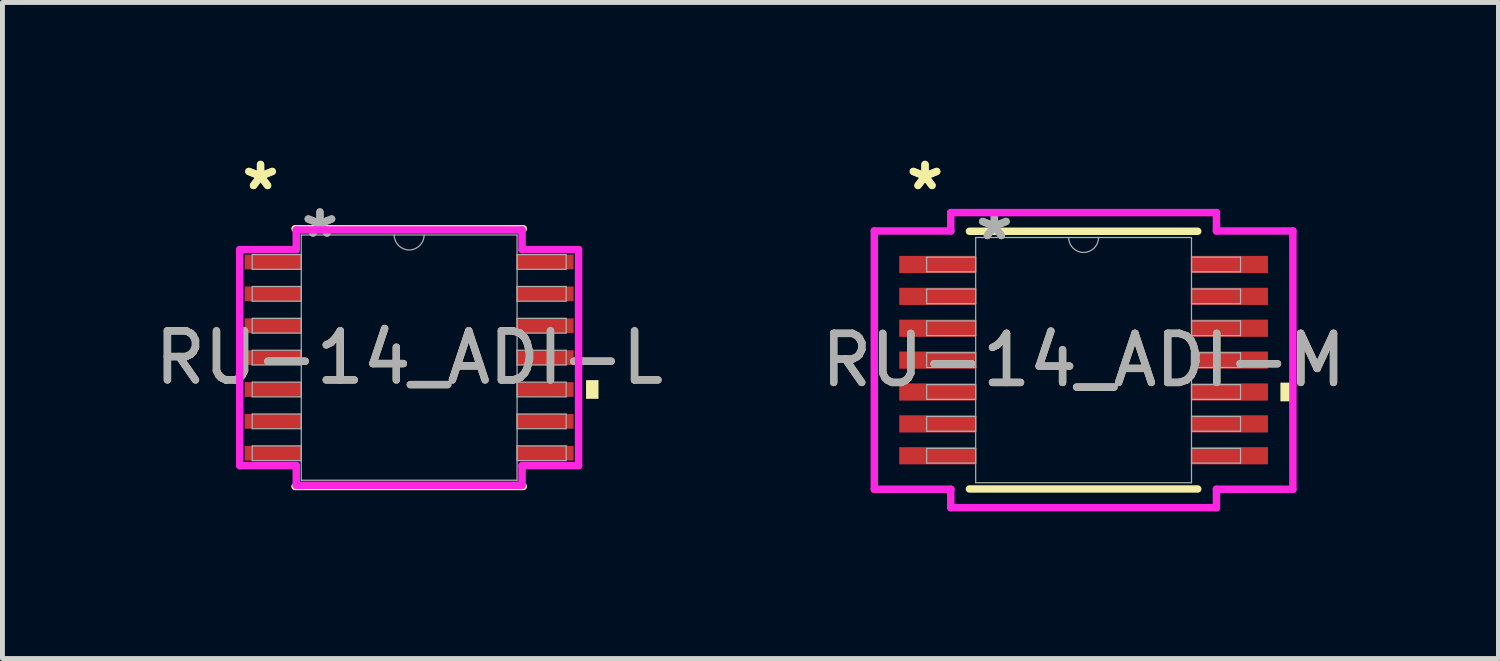
<source format=kicad_pcb>
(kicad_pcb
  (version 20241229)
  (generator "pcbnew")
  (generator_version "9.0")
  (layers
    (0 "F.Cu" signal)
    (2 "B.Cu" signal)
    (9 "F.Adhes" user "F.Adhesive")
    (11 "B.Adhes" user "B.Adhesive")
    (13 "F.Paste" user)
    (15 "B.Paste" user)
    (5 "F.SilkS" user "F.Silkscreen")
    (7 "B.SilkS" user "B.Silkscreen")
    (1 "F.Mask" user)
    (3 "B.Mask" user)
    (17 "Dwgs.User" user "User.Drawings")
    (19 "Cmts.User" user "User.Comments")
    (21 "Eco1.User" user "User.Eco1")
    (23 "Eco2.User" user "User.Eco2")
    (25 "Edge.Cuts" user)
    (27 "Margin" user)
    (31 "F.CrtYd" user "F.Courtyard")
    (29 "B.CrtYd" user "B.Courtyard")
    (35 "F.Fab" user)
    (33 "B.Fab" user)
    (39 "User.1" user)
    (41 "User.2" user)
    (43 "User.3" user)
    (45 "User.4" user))
  (footprint "RU-14_ADI-L"
    (layer "F.Cu")
    (at 5.292 4.241)
    (property "Reference" "RU-14_ADI-L" (at 0 0 0) (unlocked yes) (layer "F.SilkS") (effects (font (size 1 1) (thickness 0.15))))
    (attr smd)
    (fp_line (start -2.327 2.627) (end 2.327 2.627) (stroke (width 0.152) (type solid)) (layer "F.SilkS"))
    (fp_line (start 2.327 -2.627) (end -2.327 -2.627) (stroke (width 0.152) (type solid)) (layer "F.SilkS"))
    (fp_poly (pts (xy 3.86 0.459) (xy 3.86 0.84) (xy 3.606 0.84) (xy 3.606 0.459)) (stroke (width 0) (type solid)) (fill yes) (layer "F.SilkS"))
    (fp_line (start -3.454 -2.202) (end -2.302 -2.202) (stroke (width 0.152) (type solid)) (layer "F.CrtYd"))
    (fp_line (start -3.454 2.202) (end -3.454 -2.202) (stroke (width 0.152) (type solid)) (layer "F.CrtYd"))
    (fp_line (start -3.454 2.202) (end -2.302 2.202) (stroke (width 0.152) (type solid)) (layer "F.CrtYd"))
    (fp_line (start -2.302 -2.602) (end 2.302 -2.602) (stroke (width 0.152) (type solid)) (layer "F.CrtYd"))
    (fp_line (start -2.302 -2.202) (end -2.302 -2.602) (stroke (width 0.152) (type solid)) (layer "F.CrtYd"))
    (fp_line (start -2.302 2.602) (end -2.302 2.202) (stroke (width 0.152) (type solid)) (layer "F.CrtYd"))
    (fp_line (start 2.302 -2.602) (end 2.302 -2.202) (stroke (width 0.152) (type solid)) (layer "F.CrtYd"))
    (fp_line (start 2.302 2.202) (end 2.302 2.602) (stroke (width 0.152) (type solid)) (layer "F.CrtYd"))
    (fp_line (start 2.302 2.602) (end -2.302 2.602) (stroke (width 0.152) (type solid)) (layer "F.CrtYd"))
    (fp_line (start 3.454 -2.202) (end 2.302 -2.202) (stroke (width 0.152) (type solid)) (layer "F.CrtYd"))
    (fp_line (start 3.454 -2.202) (end 3.454 2.202) (stroke (width 0.152) (type solid)) (layer "F.CrtYd"))
    (fp_line (start 3.454 2.202) (end 2.302 2.202) (stroke (width 0.152) (type solid)) (layer "F.CrtYd"))
    (fp_line (start -3.2 -2.1) (end -3.2 -1.8) (stroke (width 0.025) (type solid)) (layer "F.Fab"))
    (fp_line (start -3.2 -1.8) (end -2.2 -1.8) (stroke (width 0.025) (type solid)) (layer "F.Fab"))
    (fp_line (start -3.2 -1.45) (end -3.2 -1.15) (stroke (width 0.025) (type solid)) (layer "F.Fab"))
    (fp_line (start -3.2 -1.15) (end -2.2 -1.15) (stroke (width 0.025) (type solid)) (layer "F.Fab"))
    (fp_line (start -3.2 -0.8) (end -3.2 -0.5) (stroke (width 0.025) (type solid)) (layer "F.Fab"))
    (fp_line (start -3.2 -0.5) (end -2.2 -0.5) (stroke (width 0.025) (type solid)) (layer "F.Fab"))
    (fp_line (start -3.2 -0.15) (end -3.2 0.15) (stroke (width 0.025) (type solid)) (layer "F.Fab"))
    (fp_line (start -3.2 0.15) (end -2.2 0.15) (stroke (width 0.025) (type solid)) (layer "F.Fab"))
    (fp_line (start -3.2 0.5) (end -3.2 0.8) (stroke (width 0.025) (type solid)) (layer "F.Fab"))
    (fp_line (start -3.2 0.8) (end -2.2 0.8) (stroke (width 0.025) (type solid)) (layer "F.Fab"))
    (fp_line (start -3.2 1.15) (end -3.2 1.45) (stroke (width 0.025) (type solid)) (layer "F.Fab"))
    (fp_line (start -3.2 1.45) (end -2.2 1.45) (stroke (width 0.025) (type solid)) (layer "F.Fab"))
    (fp_line (start -3.2 1.8) (end -3.2 2.1) (stroke (width 0.025) (type solid)) (layer "F.Fab"))
    (fp_line (start -3.2 2.1) (end -2.2 2.1) (stroke (width 0.025) (type solid)) (layer "F.Fab"))
    (fp_line (start -2.2 -2.5) (end -2.2 2.5) (stroke (width 0.025) (type solid)) (layer "F.Fab"))
    (fp_line (start -2.2 -2.1) (end -3.2 -2.1) (stroke (width 0.025) (type solid)) (layer "F.Fab"))
    (fp_line (start -2.2 -1.8) (end -2.2 -2.1) (stroke (width 0.025) (type solid)) (layer "F.Fab"))
    (fp_line (start -2.2 -1.45) (end -3.2 -1.45) (stroke (width 0.025) (type solid)) (layer "F.Fab"))
    (fp_line (start -2.2 -1.15) (end -2.2 -1.45) (stroke (width 0.025) (type solid)) (layer "F.Fab"))
    (fp_line (start -2.2 -0.8) (end -3.2 -0.8) (stroke (width 0.025) (type solid)) (layer "F.Fab"))
    (fp_line (start -2.2 -0.5) (end -2.2 -0.8) (stroke (width 0.025) (type solid)) (layer "F.Fab"))
    (fp_line (start -2.2 -0.15) (end -3.2 -0.15) (stroke (width 0.025) (type solid)) (layer "F.Fab"))
    (fp_line (start -2.2 0.15) (end -2.2 -0.15) (stroke (width 0.025) (type solid)) (layer "F.Fab"))
    (fp_line (start -2.2 0.5) (end -3.2 0.5) (stroke (width 0.025) (type solid)) (layer "F.Fab"))
    (fp_line (start -2.2 0.8) (end -2.2 0.5) (stroke (width 0.025) (type solid)) (layer "F.Fab"))
    (fp_line (start -2.2 1.15) (end -3.2 1.15) (stroke (width 0.025) (type solid)) (layer "F.Fab"))
    (fp_line (start -2.2 1.45) (end -2.2 1.15) (stroke (width 0.025) (type solid)) (layer "F.Fab"))
    (fp_line (start -2.2 1.8) (end -3.2 1.8) (stroke (width 0.025) (type solid)) (layer "F.Fab"))
    (fp_line (start -2.2 2.1) (end -2.2 1.8) (stroke (width 0.025) (type solid)) (layer "F.Fab"))
    (fp_line (start -2.2 2.5) (end 2.2 2.5) (stroke (width 0.025) (type solid)) (layer "F.Fab"))
    (fp_line (start 2.2 -2.5) (end -2.2 -2.5) (stroke (width 0.025) (type solid)) (layer "F.Fab"))
    (fp_line (start 2.2 -2.1) (end 2.2 -1.8) (stroke (width 0.025) (type solid)) (layer "F.Fab"))
    (fp_line (start 2.2 -1.8) (end 3.2 -1.8) (stroke (width 0.025) (type solid)) (layer "F.Fab"))
    (fp_line (start 2.2 -1.45) (end 2.2 -1.15) (stroke (width 0.025) (type solid)) (layer "F.Fab"))
    (fp_line (start 2.2 -1.15) (end 3.2 -1.15) (stroke (width 0.025) (type solid)) (layer "F.Fab"))
    (fp_line (start 2.2 -0.8) (end 2.2 -0.5) (stroke (width 0.025) (type solid)) (layer "F.Fab"))
    (fp_line (start 2.2 -0.5) (end 3.2 -0.5) (stroke (width 0.025) (type solid)) (layer "F.Fab"))
    (fp_line (start 2.2 -0.15) (end 2.2 0.15) (stroke (width 0.025) (type solid)) (layer "F.Fab"))
    (fp_line (start 2.2 0.15) (end 3.2 0.15) (stroke (width 0.025) (type solid)) (layer "F.Fab"))
    (fp_line (start 2.2 0.5) (end 2.2 0.8) (stroke (width 0.025) (type solid)) (layer "F.Fab"))
    (fp_line (start 2.2 0.8) (end 3.2 0.8) (stroke (width 0.025) (type solid)) (layer "F.Fab"))
    (fp_line (start 2.2 1.15) (end 2.2 1.45) (stroke (width 0.025) (type solid)) (layer "F.Fab"))
    (fp_line (start 2.2 1.45) (end 3.2 1.45) (stroke (width 0.025) (type solid)) (layer "F.Fab"))
    (fp_line (start 2.2 1.8) (end 2.2 2.1) (stroke (width 0.025) (type solid)) (layer "F.Fab"))
    (fp_line (start 2.2 2.1) (end 3.2 2.1) (stroke (width 0.025) (type solid)) (layer "F.Fab"))
    (fp_line (start 2.2 2.5) (end 2.2 -2.5) (stroke (width 0.025) (type solid)) (layer "F.Fab"))
    (fp_line (start 3.2 -2.1) (end 2.2 -2.1) (stroke (width 0.025) (type solid)) (layer "F.Fab"))
    (fp_line (start 3.2 -1.8) (end 3.2 -2.1) (stroke (width 0.025) (type solid)) (layer "F.Fab"))
    (fp_line (start 3.2 -1.45) (end 2.2 -1.45) (stroke (width 0.025) (type solid)) (layer "F.Fab"))
    (fp_line (start 3.2 -1.15) (end 3.2 -1.45) (stroke (width 0.025) (type solid)) (layer "F.Fab"))
    (fp_line (start 3.2 -0.8) (end 2.2 -0.8) (stroke (width 0.025) (type solid)) (layer "F.Fab"))
    (fp_line (start 3.2 -0.5) (end 3.2 -0.8) (stroke (width 0.025) (type solid)) (layer "F.Fab"))
    (fp_line (start 3.2 -0.15) (end 2.2 -0.15) (stroke (width 0.025) (type solid)) (layer "F.Fab"))
    (fp_line (start 3.2 0.15) (end 3.2 -0.15) (stroke (width 0.025) (type solid)) (layer "F.Fab"))
    (fp_line (start 3.2 0.5) (end 2.2 0.5) (stroke (width 0.025) (type solid)) (layer "F.Fab"))
    (fp_line (start 3.2 0.8) (end 3.2 0.5) (stroke (width 0.025) (type solid)) (layer "F.Fab"))
    (fp_line (start 3.2 1.15) (end 2.2 1.15) (stroke (width 0.025) (type solid)) (layer "F.Fab"))
    (fp_line (start 3.2 1.45) (end 3.2 1.15) (stroke (width 0.025) (type solid)) (layer "F.Fab"))
    (fp_line (start 3.2 1.8) (end 2.2 1.8) (stroke (width 0.025) (type solid)) (layer "F.Fab"))
    (fp_line (start 3.2 2.1) (end 3.2 1.8) (stroke (width 0.025) (type solid)) (layer "F.Fab"))
    (fp_arc (start 0.3048 -2.5) (mid 0 -2.1952) (end -0.3048 -2.5) (stroke (width 0.0254) (type solid)) (layer "F.Fab"))
    (fp_text user "*" (at -3.03 -3.393 0) (unlocked yes) (layer "F.SilkS") (effects (font (size 1 1) (thickness 0.15))))
    (fp_text user "*" (at -3.03 -3.393 0) (layer "F.SilkS") (effects (font (size 1 1) (thickness 0.15))))
    (fp_text user "*" (at -1.819 -2.424 0) (layer "F.Fab") (effects (font (size 1 1) (thickness 0.15))))
    (fp_text user "*" (at -1.819 -2.424 0) (unlocked yes) (layer "F.Fab") (effects (font (size 1 1) (thickness 0.15))))
    (fp_text user "${REFERENCE}" (at 0 0 0) (unlocked yes) (layer "F.Fab") (effects (font (size 1 1) (thickness 0.15))))
    (pad "1" smd rect (at -2.776 -1.95) (size 1.152 0.3) (layers "F.Cu" "F.Mask" "F.Paste"))
    (pad "2" smd rect (at -2.776 -1.3) (size 1.152 0.3) (layers "F.Cu" "F.Mask" "F.Paste"))
    (pad "3" smd rect (at -2.776 -0.65) (size 1.152 0.3) (layers "F.Cu" "F.Mask" "F.Paste"))
    (pad "4" smd rect (at -2.776 0) (size 1.152 0.3) (layers "F.Cu" "F.Mask" "F.Paste"))
    (pad "5" smd rect (at -2.776 0.65) (size 1.152 0.3) (layers "F.Cu" "F.Mask" "F.Paste"))
    (pad "6" smd rect (at -2.776 1.3) (size 1.152 0.3) (layers "F.Cu" "F.Mask" "F.Paste"))
    (pad "7" smd rect (at -2.776 1.95) (size 1.152 0.3) (layers "F.Cu" "F.Mask" "F.Paste"))
    (pad "8" smd rect (at 2.776 1.95) (size 1.152 0.3) (layers "F.Cu" "F.Mask" "F.Paste"))
    (pad "9" smd rect (at 2.776 1.3) (size 1.152 0.3) (layers "F.Cu" "F.Mask" "F.Paste"))
    (pad "10" smd rect (at 2.776 0.65) (size 1.152 0.3) (layers "F.Cu" "F.Mask" "F.Paste"))
    (pad "11" smd rect (at 2.776 0) (size 1.152 0.3) (layers "F.Cu" "F.Mask" "F.Paste"))
    (pad "12" smd rect (at 2.776 -0.65) (size 1.152 0.3) (layers "F.Cu" "F.Mask" "F.Paste"))
    (pad "13" smd rect (at 2.776 -1.3) (size 1.152 0.3) (layers "F.Cu" "F.Mask" "F.Paste"))
    (pad "14" smd rect (at 2.776 -1.95) (size 1.152 0.3) (layers "F.Cu" "F.Mask" "F.Paste")))
  (footprint "RU-14_ADI-M"
    (layer "F.Cu")
    (at 19.042 4.292)
    (property "Reference" "RU-14_ADI-M" (at 0 0 0) (unlocked yes) (layer "F.SilkS") (effects (font (size 1 1) (thickness 0.15))))
    (attr smd)
    (fp_line (start -2.327 2.627) (end 2.327 2.627) (stroke (width 0.152) (type solid)) (layer "F.SilkS"))
    (fp_line (start 2.327 -2.627) (end -2.327 -2.627) (stroke (width 0.152) (type solid)) (layer "F.SilkS"))
    (fp_poly (pts (xy 4.267 0.459) (xy 4.267 0.84) (xy 4.013 0.84) (xy 4.013 0.459)) (stroke (width 0) (type solid)) (fill yes) (layer "F.SilkS"))
    (fp_line (start -4.267 -2.633) (end -2.708 -2.633) (stroke (width 0.152) (type solid)) (layer "F.CrtYd"))
    (fp_line (start -4.267 2.633) (end -4.267 -2.633) (stroke (width 0.152) (type solid)) (layer "F.CrtYd"))
    (fp_line (start -4.267 2.633) (end -2.708 2.633) (stroke (width 0.152) (type solid)) (layer "F.CrtYd"))
    (fp_line (start -2.708 -3.008) (end 2.708 -3.008) (stroke (width 0.152) (type solid)) (layer "F.CrtYd"))
    (fp_line (start -2.708 -2.633) (end -2.708 -3.008) (stroke (width 0.152) (type solid)) (layer "F.CrtYd"))
    (fp_line (start -2.708 3.008) (end -2.708 2.633) (stroke (width 0.152) (type solid)) (layer "F.CrtYd"))
    (fp_line (start 2.708 -3.008) (end 2.708 -2.633) (stroke (width 0.152) (type solid)) (layer "F.CrtYd"))
    (fp_line (start 2.708 2.633) (end 2.708 3.008) (stroke (width 0.152) (type solid)) (layer "F.CrtYd"))
    (fp_line (start 2.708 3.008) (end -2.708 3.008) (stroke (width 0.152) (type solid)) (layer "F.CrtYd"))
    (fp_line (start 4.267 -2.633) (end 2.708 -2.633) (stroke (width 0.152) (type solid)) (layer "F.CrtYd"))
    (fp_line (start 4.267 -2.633) (end 4.267 2.633) (stroke (width 0.152) (type solid)) (layer "F.CrtYd"))
    (fp_line (start 4.267 2.633) (end 2.708 2.633) (stroke (width 0.152) (type solid)) (layer "F.CrtYd"))
    (fp_line (start -3.2 -2.1) (end -3.2 -1.8) (stroke (width 0.025) (type solid)) (layer "F.Fab"))
    (fp_line (start -3.2 -1.8) (end -2.2 -1.8) (stroke (width 0.025) (type solid)) (layer "F.Fab"))
    (fp_line (start -3.2 -1.45) (end -3.2 -1.15) (stroke (width 0.025) (type solid)) (layer "F.Fab"))
    (fp_line (start -3.2 -1.15) (end -2.2 -1.15) (stroke (width 0.025) (type solid)) (layer "F.Fab"))
    (fp_line (start -3.2 -0.8) (end -3.2 -0.5) (stroke (width 0.025) (type solid)) (layer "F.Fab"))
    (fp_line (start -3.2 -0.5) (end -2.2 -0.5) (stroke (width 0.025) (type solid)) (layer "F.Fab"))
    (fp_line (start -3.2 -0.15) (end -3.2 0.15) (stroke (width 0.025) (type solid)) (layer "F.Fab"))
    (fp_line (start -3.2 0.15) (end -2.2 0.15) (stroke (width 0.025) (type solid)) (layer "F.Fab"))
    (fp_line (start -3.2 0.5) (end -3.2 0.8) (stroke (width 0.025) (type solid)) (layer "F.Fab"))
    (fp_line (start -3.2 0.8) (end -2.2 0.8) (stroke (width 0.025) (type solid)) (layer "F.Fab"))
    (fp_line (start -3.2 1.15) (end -3.2 1.45) (stroke (width 0.025) (type solid)) (layer "F.Fab"))
    (fp_line (start -3.2 1.45) (end -2.2 1.45) (stroke (width 0.025) (type solid)) (layer "F.Fab"))
    (fp_line (start -3.2 1.8) (end -3.2 2.1) (stroke (width 0.025) (type solid)) (layer "F.Fab"))
    (fp_line (start -3.2 2.1) (end -2.2 2.1) (stroke (width 0.025) (type solid)) (layer "F.Fab"))
    (fp_line (start -2.2 -2.5) (end -2.2 2.5) (stroke (width 0.025) (type solid)) (layer "F.Fab"))
    (fp_line (start -2.2 -2.1) (end -3.2 -2.1) (stroke (width 0.025) (type solid)) (layer "F.Fab"))
    (fp_line (start -2.2 -1.8) (end -2.2 -2.1) (stroke (width 0.025) (type solid)) (layer "F.Fab"))
    (fp_line (start -2.2 -1.45) (end -3.2 -1.45) (stroke (width 0.025) (type solid)) (layer "F.Fab"))
    (fp_line (start -2.2 -1.15) (end -2.2 -1.45) (stroke (width 0.025) (type solid)) (layer "F.Fab"))
    (fp_line (start -2.2 -0.8) (end -3.2 -0.8) (stroke (width 0.025) (type solid)) (layer "F.Fab"))
    (fp_line (start -2.2 -0.5) (end -2.2 -0.8) (stroke (width 0.025) (type solid)) (layer "F.Fab"))
    (fp_line (start -2.2 -0.15) (end -3.2 -0.15) (stroke (width 0.025) (type solid)) (layer "F.Fab"))
    (fp_line (start -2.2 0.15) (end -2.2 -0.15) (stroke (width 0.025) (type solid)) (layer "F.Fab"))
    (fp_line (start -2.2 0.5) (end -3.2 0.5) (stroke (width 0.025) (type solid)) (layer "F.Fab"))
    (fp_line (start -2.2 0.8) (end -2.2 0.5) (stroke (width 0.025) (type solid)) (layer "F.Fab"))
    (fp_line (start -2.2 1.15) (end -3.2 1.15) (stroke (width 0.025) (type solid)) (layer "F.Fab"))
    (fp_line (start -2.2 1.45) (end -2.2 1.15) (stroke (width 0.025) (type solid)) (layer "F.Fab"))
    (fp_line (start -2.2 1.8) (end -3.2 1.8) (stroke (width 0.025) (type solid)) (layer "F.Fab"))
    (fp_line (start -2.2 2.1) (end -2.2 1.8) (stroke (width 0.025) (type solid)) (layer "F.Fab"))
    (fp_line (start -2.2 2.5) (end 2.2 2.5) (stroke (width 0.025) (type solid)) (layer "F.Fab"))
    (fp_line (start 2.2 -2.5) (end -2.2 -2.5) (stroke (width 0.025) (type solid)) (layer "F.Fab"))
    (fp_line (start 2.2 -2.1) (end 2.2 -1.8) (stroke (width 0.025) (type solid)) (layer "F.Fab"))
    (fp_line (start 2.2 -1.8) (end 3.2 -1.8) (stroke (width 0.025) (type solid)) (layer "F.Fab"))
    (fp_line (start 2.2 -1.45) (end 2.2 -1.15) (stroke (width 0.025) (type solid)) (layer "F.Fab"))
    (fp_line (start 2.2 -1.15) (end 3.2 -1.15) (stroke (width 0.025) (type solid)) (layer "F.Fab"))
    (fp_line (start 2.2 -0.8) (end 2.2 -0.5) (stroke (width 0.025) (type solid)) (layer "F.Fab"))
    (fp_line (start 2.2 -0.5) (end 3.2 -0.5) (stroke (width 0.025) (type solid)) (layer "F.Fab"))
    (fp_line (start 2.2 -0.15) (end 2.2 0.15) (stroke (width 0.025) (type solid)) (layer "F.Fab"))
    (fp_line (start 2.2 0.15) (end 3.2 0.15) (stroke (width 0.025) (type solid)) (layer "F.Fab"))
    (fp_line (start 2.2 0.5) (end 2.2 0.8) (stroke (width 0.025) (type solid)) (layer "F.Fab"))
    (fp_line (start 2.2 0.8) (end 3.2 0.8) (stroke (width 0.025) (type solid)) (layer "F.Fab"))
    (fp_line (start 2.2 1.15) (end 2.2 1.45) (stroke (width 0.025) (type solid)) (layer "F.Fab"))
    (fp_line (start 2.2 1.45) (end 3.2 1.45) (stroke (width 0.025) (type solid)) (layer "F.Fab"))
    (fp_line (start 2.2 1.8) (end 2.2 2.1) (stroke (width 0.025) (type solid)) (layer "F.Fab"))
    (fp_line (start 2.2 2.1) (end 3.2 2.1) (stroke (width 0.025) (type solid)) (layer "F.Fab"))
    (fp_line (start 2.2 2.5) (end 2.2 -2.5) (stroke (width 0.025) (type solid)) (layer "F.Fab"))
    (fp_line (start 3.2 -2.1) (end 2.2 -2.1) (stroke (width 0.025) (type solid)) (layer "F.Fab"))
    (fp_line (start 3.2 -1.8) (end 3.2 -2.1) (stroke (width 0.025) (type solid)) (layer "F.Fab"))
    (fp_line (start 3.2 -1.45) (end 2.2 -1.45) (stroke (width 0.025) (type solid)) (layer "F.Fab"))
    (fp_line (start 3.2 -1.15) (end 3.2 -1.45) (stroke (width 0.025) (type solid)) (layer "F.Fab"))
    (fp_line (start 3.2 -0.8) (end 2.2 -0.8) (stroke (width 0.025) (type solid)) (layer "F.Fab"))
    (fp_line (start 3.2 -0.5) (end 3.2 -0.8) (stroke (width 0.025) (type solid)) (layer "F.Fab"))
    (fp_line (start 3.2 -0.15) (end 2.2 -0.15) (stroke (width 0.025) (type solid)) (layer "F.Fab"))
    (fp_line (start 3.2 0.15) (end 3.2 -0.15) (stroke (width 0.025) (type solid)) (layer "F.Fab"))
    (fp_line (start 3.2 0.5) (end 2.2 0.5) (stroke (width 0.025) (type solid)) (layer "F.Fab"))
    (fp_line (start 3.2 0.8) (end 3.2 0.5) (stroke (width 0.025) (type solid)) (layer "F.Fab"))
    (fp_line (start 3.2 1.15) (end 2.2 1.15) (stroke (width 0.025) (type solid)) (layer "F.Fab"))
    (fp_line (start 3.2 1.45) (end 3.2 1.15) (stroke (width 0.025) (type solid)) (layer "F.Fab"))
    (fp_line (start 3.2 1.8) (end 2.2 1.8) (stroke (width 0.025) (type solid)) (layer "F.Fab"))
    (fp_line (start 3.2 2.1) (end 3.2 1.8) (stroke (width 0.025) (type solid)) (layer "F.Fab"))
    (fp_arc (start 0.3048 -2.5) (mid 0 -2.1952) (end -0.3048 -2.5) (stroke (width 0.0254) (type solid)) (layer "F.Fab"))
    (fp_text user "*" (at -3.233 -3.444 0) (unlocked yes) (layer "F.SilkS") (effects (font (size 1 1) (thickness 0.15))))
    (fp_text user "*" (at -3.233 -3.444 0) (layer "F.SilkS") (effects (font (size 1 1) (thickness 0.15))))
    (fp_text user "*" (at -1.819 -2.424 0) (layer "F.Fab") (effects (font (size 1 1) (thickness 0.15))))
    (fp_text user "*" (at -1.819 -2.424 0) (unlocked yes) (layer "F.Fab") (effects (font (size 1 1) (thickness 0.15))))
    (fp_text user "${REFERENCE}" (at 0 0 0) (unlocked yes) (layer "F.Fab") (effects (font (size 1 1) (thickness 0.15))))
    (pad "1" smd rect (at -2.979 -1.95) (size 1.559 0.351) (layers "F.Cu" "F.Mask" "F.Paste"))
    (pad "2" smd rect (at -2.979 -1.3) (size 1.559 0.351) (layers "F.Cu" "F.Mask" "F.Paste"))
    (pad "3" smd rect (at -2.979 -0.65) (size 1.559 0.351) (layers "F.Cu" "F.Mask" "F.Paste"))
    (pad "4" smd rect (at -2.979 0) (size 1.559 0.351) (layers "F.Cu" "F.Mask" "F.Paste"))
    (pad "5" smd rect (at -2.979 0.65) (size 1.559 0.351) (layers "F.Cu" "F.Mask" "F.Paste"))
    (pad "6" smd rect (at -2.979 1.3) (size 1.559 0.351) (layers "F.Cu" "F.Mask" "F.Paste"))
    (pad "7" smd rect (at -2.979 1.95) (size 1.559 0.351) (layers "F.Cu" "F.Mask" "F.Paste"))
    (pad "8" smd rect (at 2.979 1.95) (size 1.559 0.351) (layers "F.Cu" "F.Mask" "F.Paste"))
    (pad "9" smd rect (at 2.979 1.3) (size 1.559 0.351) (layers "F.Cu" "F.Mask" "F.Paste"))
    (pad "10" smd rect (at 2.979 0.65) (size 1.559 0.351) (layers "F.Cu" "F.Mask" "F.Paste"))
    (pad "11" smd rect (at 2.979 0) (size 1.559 0.351) (layers "F.Cu" "F.Mask" "F.Paste"))
    (pad "12" smd rect (at 2.979 -0.65) (size 1.559 0.351) (layers "F.Cu" "F.Mask" "F.Paste"))
    (pad "13" smd rect (at 2.979 -1.3) (size 1.559 0.351) (layers "F.Cu" "F.Mask" "F.Paste"))
    (pad "14" smd rect (at 2.979 -1.95) (size 1.559 0.351) (layers "F.Cu" "F.Mask" "F.Paste")))
  (gr_rect
    (start -3 -3)
    (end 27.5 10.376)
    (stroke (width 0.1) (type default))
    (fill no)
    (layer "Edge.Cuts")))
</source>
